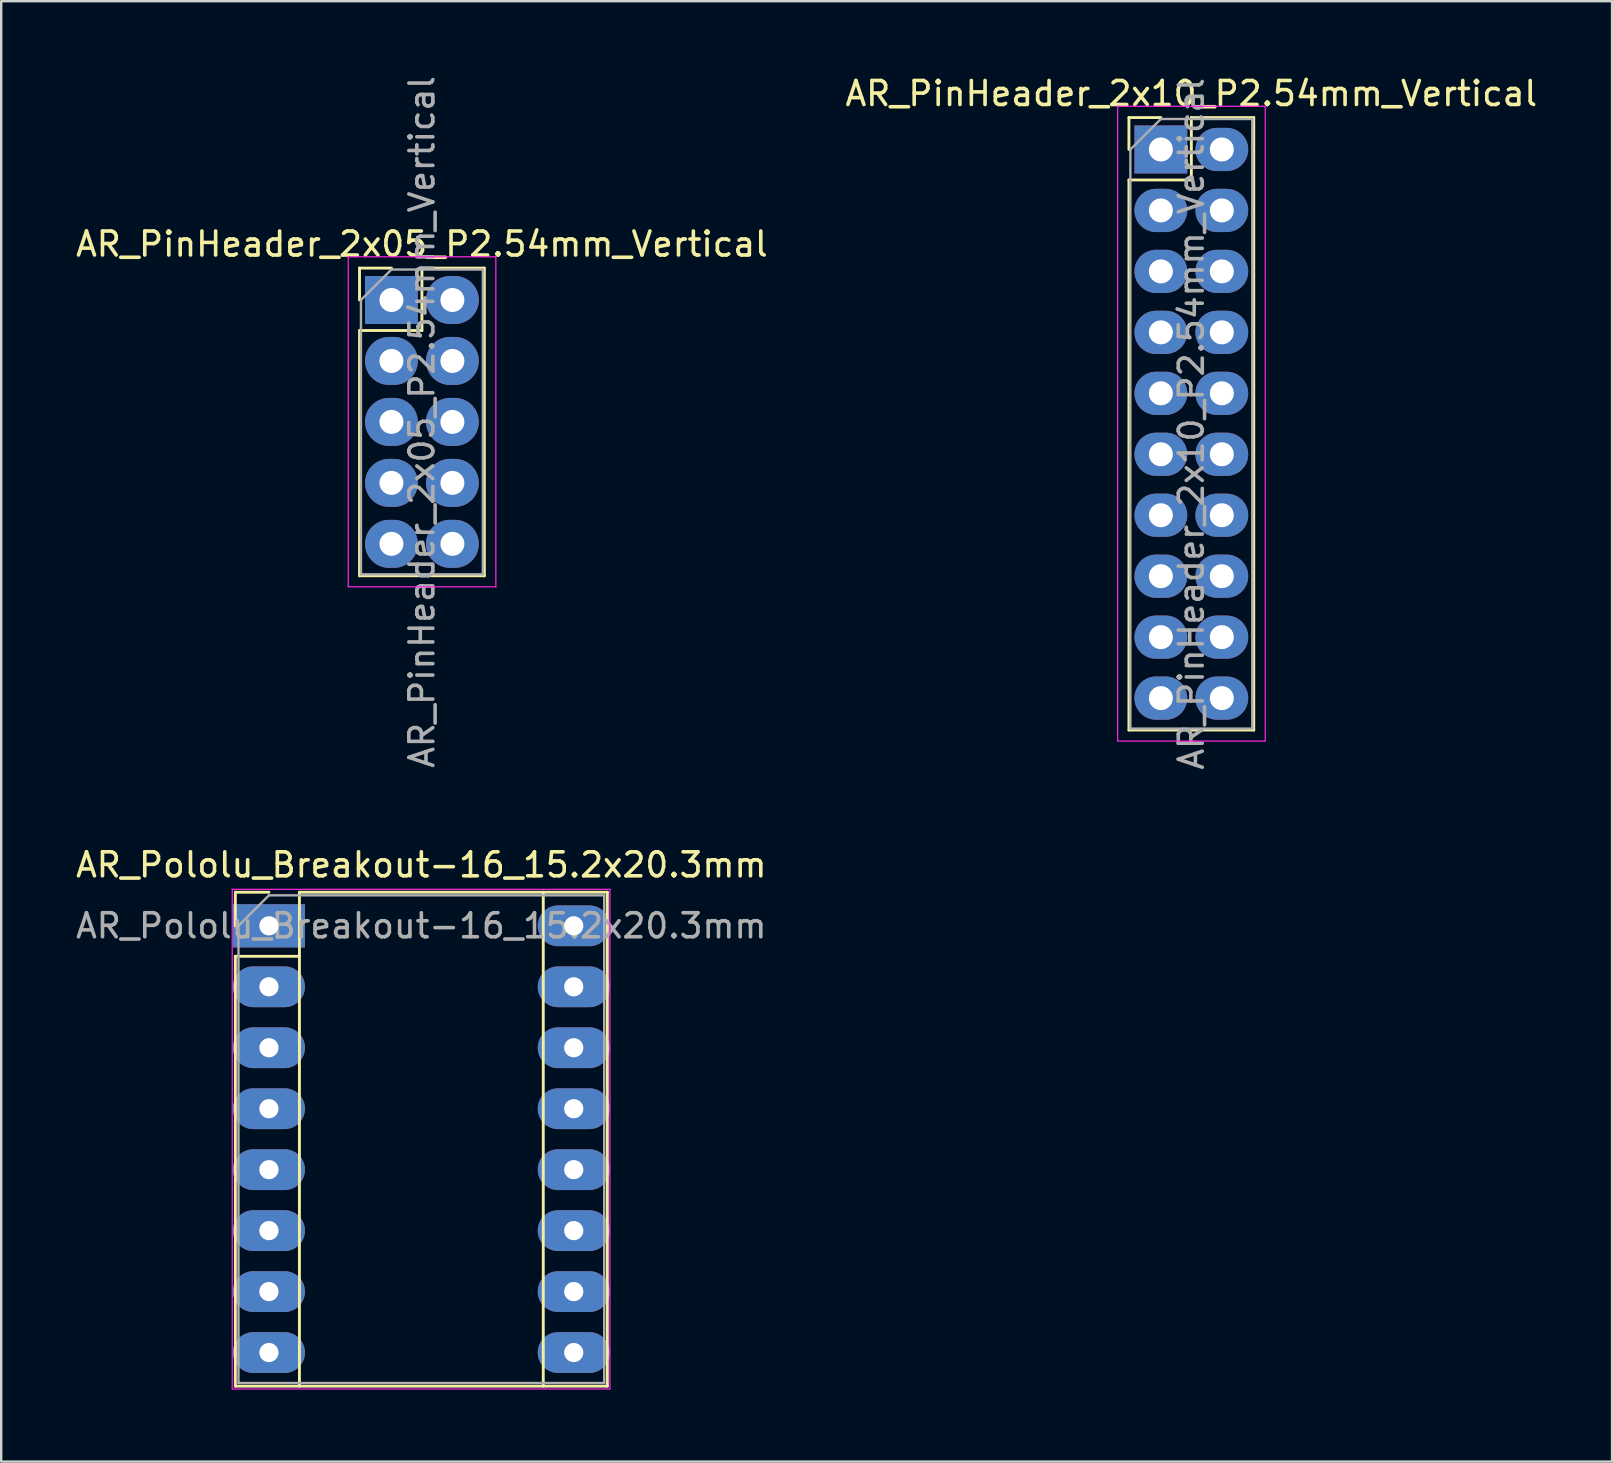
<source format=kicad_pcb>
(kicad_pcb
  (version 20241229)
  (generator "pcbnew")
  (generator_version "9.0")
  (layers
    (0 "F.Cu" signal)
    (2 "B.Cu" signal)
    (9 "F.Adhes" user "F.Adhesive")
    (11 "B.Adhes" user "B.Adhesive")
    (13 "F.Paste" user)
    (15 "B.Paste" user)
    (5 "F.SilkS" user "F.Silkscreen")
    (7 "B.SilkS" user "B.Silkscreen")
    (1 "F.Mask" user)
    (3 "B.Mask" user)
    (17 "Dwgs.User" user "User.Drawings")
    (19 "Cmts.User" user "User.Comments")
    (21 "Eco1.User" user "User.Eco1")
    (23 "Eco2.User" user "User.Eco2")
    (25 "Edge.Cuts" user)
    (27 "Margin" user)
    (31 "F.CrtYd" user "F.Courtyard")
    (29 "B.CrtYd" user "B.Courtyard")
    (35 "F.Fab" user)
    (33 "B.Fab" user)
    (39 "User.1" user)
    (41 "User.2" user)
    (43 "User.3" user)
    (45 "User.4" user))
  (footprint "AR_PinHeader_2x10_P2.54mm_Vertical"
    (layer "F.Cu")
    (at 45.319 3.178)
    (property "Reference" "AR_PinHeader_2x10_P2.54mm_Vertical" (at 1.27 -2.33 0) (layer "F.SilkS") (effects (font (size 1 1) (thickness 0.15))))
    (attr through_hole)
    (fp_line (start -1.33 -1.33) (end 0 -1.33) (stroke (width 0.12) (type solid)) (layer "F.SilkS"))
    (fp_line (start -1.33 0) (end -1.33 -1.33) (stroke (width 0.12) (type solid)) (layer "F.SilkS"))
    (fp_line (start -1.33 1.27) (end -1.33 24.19) (stroke (width 0.12) (type solid)) (layer "F.SilkS"))
    (fp_line (start -1.33 1.27) (end 1.27 1.27) (stroke (width 0.12) (type solid)) (layer "F.SilkS"))
    (fp_line (start -1.33 24.19) (end 3.87 24.19) (stroke (width 0.12) (type solid)) (layer "F.SilkS"))
    (fp_line (start 1.27 -1.33) (end 3.87 -1.33) (stroke (width 0.12) (type solid)) (layer "F.SilkS"))
    (fp_line (start 1.27 1.27) (end 1.27 -1.33) (stroke (width 0.12) (type solid)) (layer "F.SilkS"))
    (fp_line (start 3.87 -1.33) (end 3.87 24.19) (stroke (width 0.12) (type solid)) (layer "F.SilkS"))
    (fp_line (start -1.8 -1.8) (end -1.8 24.65) (stroke (width 0.05) (type solid)) (layer "F.CrtYd"))
    (fp_line (start -1.8 24.65) (end 4.35 24.65) (stroke (width 0.05) (type solid)) (layer "F.CrtYd"))
    (fp_line (start 4.35 -1.8) (end -1.8 -1.8) (stroke (width 0.05) (type solid)) (layer "F.CrtYd"))
    (fp_line (start 4.35 24.65) (end 4.35 -1.8) (stroke (width 0.05) (type solid)) (layer "F.CrtYd"))
    (fp_line (start -1.27 0) (end 0 -1.27) (stroke (width 0.1) (type solid)) (layer "F.Fab"))
    (fp_line (start -1.27 24.13) (end -1.27 0) (stroke (width 0.1) (type solid)) (layer "F.Fab"))
    (fp_line (start 0 -1.27) (end 3.81 -1.27) (stroke (width 0.1) (type solid)) (layer "F.Fab"))
    (fp_line (start 3.81 -1.27) (end 3.81 24.13) (stroke (width 0.1) (type solid)) (layer "F.Fab"))
    (fp_line (start 3.81 24.13) (end -1.27 24.13) (stroke (width 0.1) (type solid)) (layer "F.Fab"))
    (fp_text user "${REFERENCE}" (at 1.27 11.43 90) (layer "F.Fab") (effects (font (size 1 1) (thickness 0.15))))
    (pad "1" thru_hole rect (at 0 0) (size 2.2 2) (drill 1) (layers "*.Cu" "*.Mask"))
    (pad "2" thru_hole oval (at 2.54 0) (size 2.2 1.8) (drill 1) (layers "*.Cu" "*.Mask"))
    (pad "3" thru_hole oval (at 0 2.54) (size 2.2 1.8) (drill 1) (layers "*.Cu" "*.Mask"))
    (pad "4" thru_hole oval (at 2.54 2.54) (size 2.2 1.8) (drill 1) (layers "*.Cu" "*.Mask"))
    (pad "5" thru_hole oval (at 0 5.08) (size 2.2 1.8) (drill 1) (layers "*.Cu" "*.Mask"))
    (pad "6" thru_hole oval (at 2.54 5.08) (size 2.2 1.8) (drill 1) (layers "*.Cu" "*.Mask"))
    (pad "7" thru_hole oval (at 0 7.62) (size 2.2 1.8) (drill 1) (layers "*.Cu" "*.Mask"))
    (pad "8" thru_hole oval (at 2.54 7.62) (size 2.2 1.8) (drill 1) (layers "*.Cu" "*.Mask"))
    (pad "9" thru_hole oval (at 0 10.16) (size 2.2 1.8) (drill 1) (layers "*.Cu" "*.Mask"))
    (pad "10" thru_hole oval (at 2.54 10.16) (size 2.2 1.8) (drill 1) (layers "*.Cu" "*.Mask"))
    (pad "11" thru_hole oval (at 0 12.7) (size 2.2 1.8) (drill 1) (layers "*.Cu" "*.Mask"))
    (pad "12" thru_hole oval (at 2.54 12.7) (size 2.2 1.8) (drill 1) (layers "*.Cu" "*.Mask"))
    (pad "13" thru_hole oval (at 0 15.24) (size 2.2 1.8) (drill 1) (layers "*.Cu" "*.Mask"))
    (pad "14" thru_hole oval (at 2.54 15.24) (size 2.2 1.8) (drill 1) (layers "*.Cu" "*.Mask"))
    (pad "15" thru_hole oval (at 0 17.78) (size 2.2 1.8) (drill 1) (layers "*.Cu" "*.Mask"))
    (pad "16" thru_hole oval (at 2.54 17.78) (size 2.2 1.8) (drill 1) (layers "*.Cu" "*.Mask"))
    (pad "17" thru_hole oval (at 0 20.32) (size 2.2 1.8) (drill 1) (layers "*.Cu" "*.Mask"))
    (pad "18" thru_hole oval (at 2.54 20.32) (size 2.2 1.8) (drill 1) (layers "*.Cu" "*.Mask"))
    (pad "19" thru_hole oval (at 0 22.86) (size 2.2 1.8) (drill 1) (layers "*.Cu" "*.Mask"))
    (pad "20" thru_hole oval (at 2.54 22.86) (size 2.2 1.8) (drill 1) (layers "*.Cu" "*.Mask")))
  (footprint "AR_PinHeader_2x05_P2.54mm_Vertical"
    (layer "F.Cu")
    (at 13.26 9.45)
    (property "Reference" "AR_PinHeader_2x05_P2.54mm_Vertical" (at 1.27 -2.33 0) (layer "F.SilkS") (effects (font (size 1 1) (thickness 0.15))))
    (attr through_hole)
    (fp_line (start -1.33 -1.33) (end 0 -1.33) (stroke (width 0.12) (type solid)) (layer "F.SilkS"))
    (fp_line (start -1.33 0) (end -1.33 -1.33) (stroke (width 0.12) (type solid)) (layer "F.SilkS"))
    (fp_line (start -1.33 1.27) (end -1.33 11.49) (stroke (width 0.12) (type solid)) (layer "F.SilkS"))
    (fp_line (start -1.33 1.27) (end 1.27 1.27) (stroke (width 0.12) (type solid)) (layer "F.SilkS"))
    (fp_line (start -1.33 11.49) (end 3.87 11.49) (stroke (width 0.12) (type solid)) (layer "F.SilkS"))
    (fp_line (start 1.27 -1.33) (end 3.87 -1.33) (stroke (width 0.12) (type solid)) (layer "F.SilkS"))
    (fp_line (start 1.27 1.27) (end 1.27 -1.33) (stroke (width 0.12) (type solid)) (layer "F.SilkS"))
    (fp_line (start 3.87 -1.33) (end 3.87 11.49) (stroke (width 0.12) (type solid)) (layer "F.SilkS"))
    (fp_line (start -1.8 -1.8) (end -1.8 11.95) (stroke (width 0.05) (type solid)) (layer "F.CrtYd"))
    (fp_line (start -1.8 11.95) (end 4.35 11.95) (stroke (width 0.05) (type solid)) (layer "F.CrtYd"))
    (fp_line (start 4.35 -1.8) (end -1.8 -1.8) (stroke (width 0.05) (type solid)) (layer "F.CrtYd"))
    (fp_line (start 4.35 11.95) (end 4.35 -1.8) (stroke (width 0.05) (type solid)) (layer "F.CrtYd"))
    (fp_line (start -1.27 0) (end 0 -1.27) (stroke (width 0.1) (type solid)) (layer "F.Fab"))
    (fp_line (start -1.27 11.43) (end -1.27 0) (stroke (width 0.1) (type solid)) (layer "F.Fab"))
    (fp_line (start 0 -1.27) (end 3.81 -1.27) (stroke (width 0.1) (type solid)) (layer "F.Fab"))
    (fp_line (start 3.81 -1.27) (end 3.81 11.43) (stroke (width 0.1) (type solid)) (layer "F.Fab"))
    (fp_line (start 3.81 11.43) (end -1.27 11.43) (stroke (width 0.1) (type solid)) (layer "F.Fab"))
    (fp_text user "${REFERENCE}" (at 1.27 5.08 90) (layer "F.Fab") (effects (font (size 1 1) (thickness 0.15))))
    (pad "1" thru_hole rect (at 0 0) (size 2.2 2) (drill 1) (layers "*.Cu" "*.Mask"))
    (pad "2" thru_hole oval (at 2.54 0) (size 2.2 2) (drill 1) (layers "*.Cu" "*.Mask"))
    (pad "3" thru_hole oval (at 0 2.54) (size 2.2 2) (drill 1) (layers "*.Cu" "*.Mask"))
    (pad "4" thru_hole oval (at 2.54 2.54) (size 2.2 2) (drill 1) (layers "*.Cu" "*.Mask"))
    (pad "5" thru_hole oval (at 0 5.08) (size 2.2 2) (drill 1) (layers "*.Cu" "*.Mask"))
    (pad "6" thru_hole oval (at 2.54 5.08) (size 2.2 2) (drill 1) (layers "*.Cu" "*.Mask"))
    (pad "7" thru_hole oval (at 0 7.62) (size 2.2 2) (drill 1) (layers "*.Cu" "*.Mask"))
    (pad "8" thru_hole oval (at 2.54 7.62) (size 2.2 2) (drill 1) (layers "*.Cu" "*.Mask"))
    (pad "9" thru_hole oval (at 0 10.16) (size 2.2 2) (drill 1) (layers "*.Cu" "*.Mask"))
    (pad "10" thru_hole oval (at 2.54 10.16) (size 2.2 2) (drill 1) (layers "*.Cu" "*.Mask")))
  (footprint "AR_Pololu_Breakout-16_15.2x20.3mm"
    (layer "F.Cu")
    (at 8.156 35.526)
    (property "Reference" "AR_Pololu_Breakout-16_15.2x20.3mm" (at 6.35 -2.54 0) (layer "F.SilkS") (effects (font (size 1 1) (thickness 0.15))))
    (attr through_hole)
    (fp_line (start -1.4 -1.4) (end -1.4 0) (stroke (width 0.12) (type solid)) (layer "F.SilkS"))
    (fp_line (start -1.4 1.27) (end -1.4 19.18) (stroke (width 0.12) (type solid)) (layer "F.SilkS"))
    (fp_line (start -1.4 19.18) (end 14.1 19.18) (stroke (width 0.12) (type solid)) (layer "F.SilkS"))
    (fp_line (start 0 -1.4) (end -1.4 -1.4) (stroke (width 0.12) (type solid)) (layer "F.SilkS"))
    (fp_line (start 1.27 -1.4) (end 1.27 1.27) (stroke (width 0.12) (type solid)) (layer "F.SilkS"))
    (fp_line (start 1.27 1.27) (end -1.4 1.27) (stroke (width 0.12) (type solid)) (layer "F.SilkS"))
    (fp_line (start 1.27 1.27) (end 1.27 19.18) (stroke (width 0.12) (type solid)) (layer "F.SilkS"))
    (fp_line (start 11.43 -1.4) (end 11.43 19.18) (stroke (width 0.12) (type solid)) (layer "F.SilkS"))
    (fp_line (start 14.1 -1.4) (end 1.27 -1.4) (stroke (width 0.12) (type solid)) (layer "F.SilkS"))
    (fp_line (start 14.1 19.18) (end 14.1 -1.4) (stroke (width 0.12) (type solid)) (layer "F.SilkS"))
    (fp_line (start -1.53 -1.52) (end -1.53 19.3) (stroke (width 0.05) (type solid)) (layer "F.CrtYd"))
    (fp_line (start -1.53 -1.52) (end 14.21 -1.52) (stroke (width 0.05) (type solid)) (layer "F.CrtYd"))
    (fp_line (start 14.21 19.3) (end -1.53 19.3) (stroke (width 0.05) (type solid)) (layer "F.CrtYd"))
    (fp_line (start 14.21 19.3) (end 14.21 -1.52) (stroke (width 0.05) (type solid)) (layer "F.CrtYd"))
    (fp_line (start -1.27 0) (end 0 -1.27) (stroke (width 0.1) (type solid)) (layer "F.Fab"))
    (fp_line (start -1.27 19.05) (end -1.27 0) (stroke (width 0.1) (type solid)) (layer "F.Fab"))
    (fp_line (start 0 -1.27) (end 13.97 -1.27) (stroke (width 0.1) (type solid)) (layer "F.Fab"))
    (fp_line (start 13.97 -1.27) (end 13.97 19.05) (stroke (width 0.1) (type solid)) (layer "F.Fab"))
    (fp_line (start 13.97 19.05) (end -1.27 19.05) (stroke (width 0.1) (type solid)) (layer "F.Fab"))
    (fp_text user "${REFERENCE}" (at 6.35 0 0) (layer "F.Fab") (effects (font (size 1 1) (thickness 0.15))))
    (pad "1" thru_hole rect (at 0 0) (size 3 1.8) (drill 0.8) (layers "*.Cu" "*.Mask"))
    (pad "2" thru_hole oval (at 0 2.54) (size 3 1.7) (drill 0.8) (layers "*.Cu" "*.Mask"))
    (pad "3" thru_hole oval (at 0 5.08) (size 3 1.7) (drill 0.8) (layers "*.Cu" "*.Mask"))
    (pad "4" thru_hole oval (at 0 7.62) (size 3 1.7) (drill 0.8) (layers "*.Cu" "*.Mask"))
    (pad "5" thru_hole oval (at 0 10.16) (size 3 1.7) (drill 0.8) (layers "*.Cu" "*.Mask"))
    (pad "6" thru_hole oval (at 0 12.7) (size 3 1.7) (drill 0.8) (layers "*.Cu" "*.Mask"))
    (pad "7" thru_hole oval (at 0 15.24) (size 3 1.7) (drill 0.8) (layers "*.Cu" "*.Mask"))
    (pad "8" thru_hole oval (at 0 17.78) (size 3 1.7) (drill 0.8) (layers "*.Cu" "*.Mask"))
    (pad "9" thru_hole oval (at 12.7 17.78) (size 3 1.7) (drill 0.8) (layers "*.Cu" "*.Mask"))
    (pad "10" thru_hole oval (at 12.7 15.24) (size 3 1.7) (drill 0.8) (layers "*.Cu" "*.Mask"))
    (pad "11" thru_hole oval (at 12.7 12.7) (size 3 1.7) (drill 0.8) (layers "*.Cu" "*.Mask"))
    (pad "12" thru_hole oval (at 12.7 10.16) (size 3 1.7) (drill 0.8) (layers "*.Cu" "*.Mask"))
    (pad "13" thru_hole oval (at 12.7 7.62) (size 3 1.7) (drill 0.8) (layers "*.Cu" "*.Mask"))
    (pad "14" thru_hole oval (at 12.7 5.08) (size 3 1.7) (drill 0.8) (layers "*.Cu" "*.Mask"))
    (pad "15" thru_hole oval (at 12.7 2.54) (size 3 1.7) (drill 0.8) (layers "*.Cu" "*.Mask"))
    (pad "16" thru_hole oval (at 12.7 0) (size 3 1.7) (drill 0.8) (layers "*.Cu" "*.Mask")))
  (gr_rect
    (start -3 -3)
    (end 64.119 57.851)
    (stroke (width 0.1) (type default))
    (fill no)
    (layer "Edge.Cuts")))
</source>
